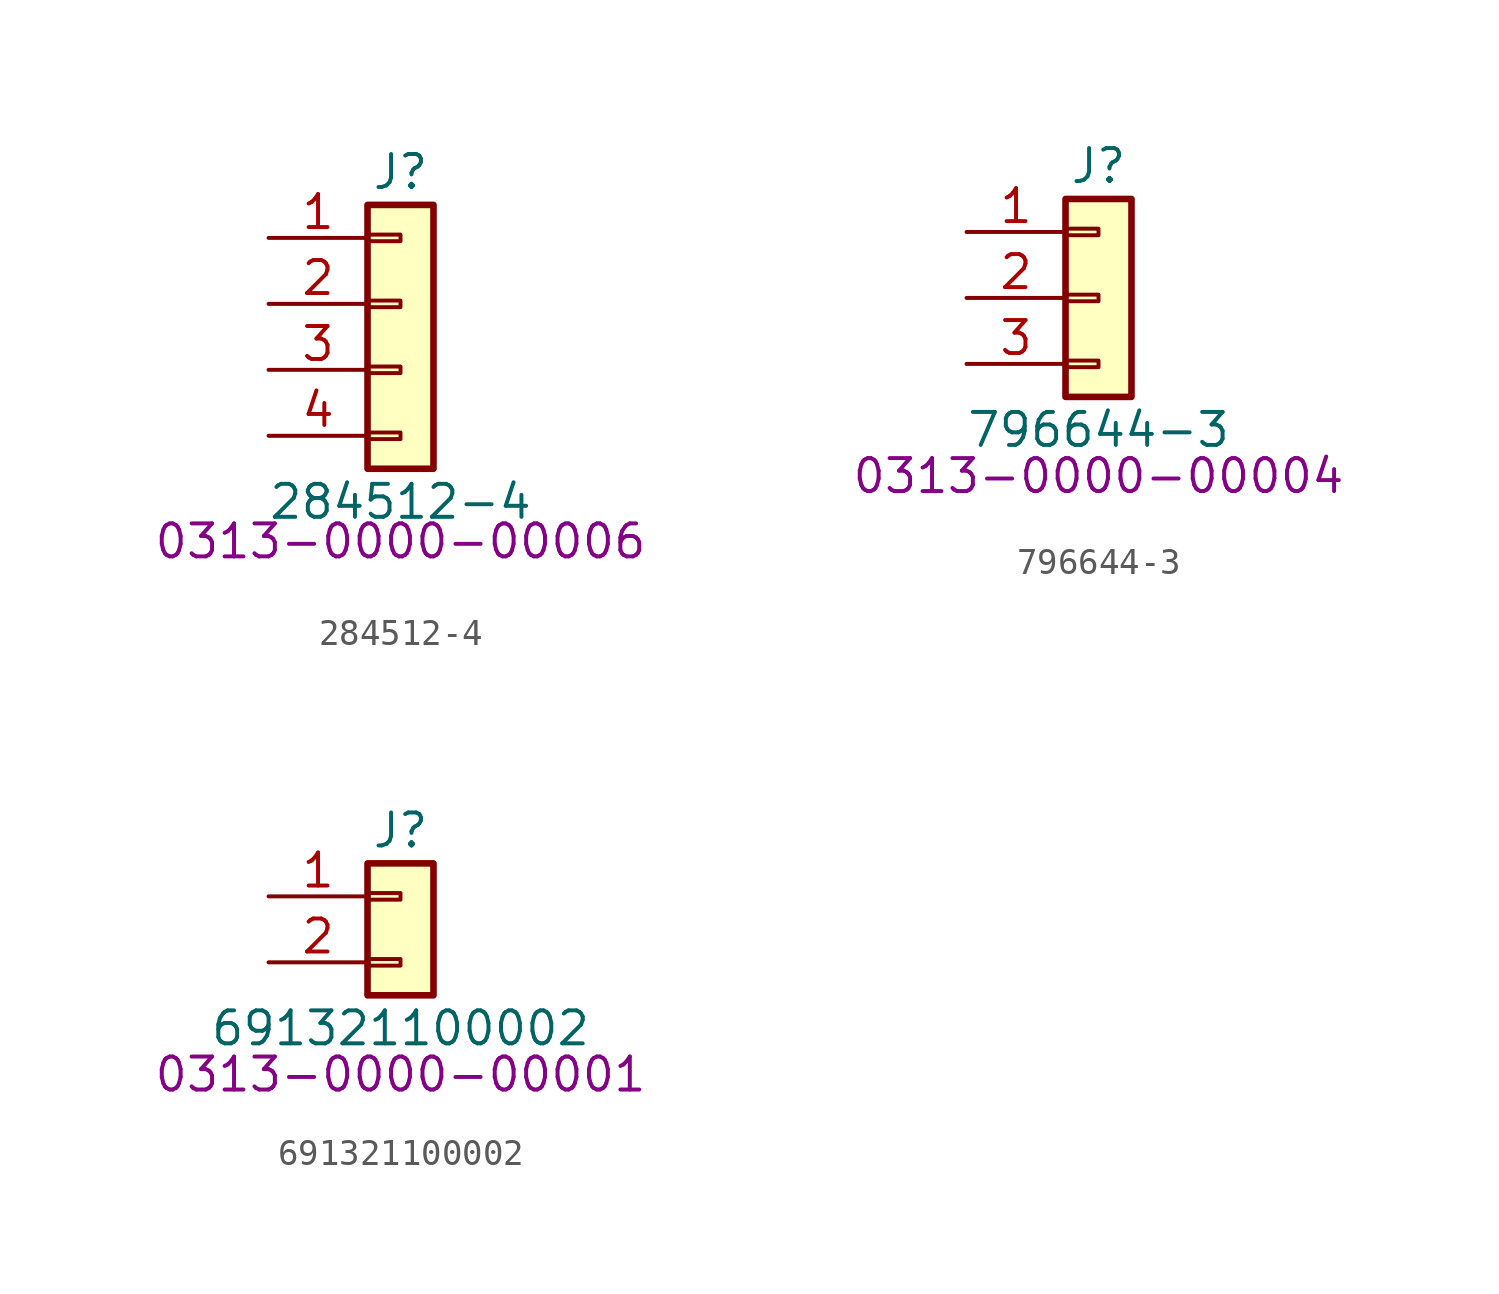
<source format=kicad_sym>
(kicad_symbol_lib
  (version 20231120)
  (generator "kicad_symbol_editor")
  (generator_version "8.0")
  (symbol "284512-4"
    (pin_names
      (offset 1.016) hide)
    (property "Reference" "J"
      (at 0 5.08 0)
      (effects (font (size 1.27 1.27))))
    (property "Value" "284512-4"
      (at 0 -7.62 0)
      (effects (font (size 1.27 1.27))))
    (property "PartNumber" "0313-0000-00006"
      (at 0 -9.144 0)
      (effects (font (size 1.27 1.27))))
    (symbol "284512-4_1_1"
      (rectangle (start -1.27 -4.953) (end 0 -5.207) (stroke (width 0.152) (type default)) (fill (type none)))
      (rectangle (start -1.27 -2.413) (end 0 -2.667) (stroke (width 0.152) (type default)) (fill (type none)))
      (rectangle (start -1.27 0.127) (end 0 -0.127) (stroke (width 0.152) (type default)) (fill (type none)))
      (rectangle (start -1.27 2.667) (end 0 2.413) (stroke (width 0.152) (type default)) (fill (type none)))
      (rectangle (start -1.27 3.81) (end 1.27 -6.35) (stroke (width 0.254) (type default)) (fill (type background)))
      (pin passive line (at -5.08 2.54 0) (length 3.81) (name "Pin_1" (effects (font (size 1.27 1.27)))) (number "1" (effects (font (size 1.27 1.27)))))
      (pin passive line (at -5.08 0 0) (length 3.81) (name "Pin_2" (effects (font (size 1.27 1.27)))) (number "2" (effects (font (size 1.27 1.27)))))
      (pin passive line (at -5.08 -2.54 0) (length 3.81) (name "Pin_3" (effects (font (size 1.27 1.27)))) (number "3" (effects (font (size 1.27 1.27)))))
      (pin passive line (at -5.08 -5.08 0) (length 3.81) (name "Pin_4" (effects (font (size 1.27 1.27)))) (number "4" (effects (font (size 1.27 1.27)))))))
  (symbol "796644-3"
    (pin_names
      (offset 1.016) hide)
    (property "Reference" "J"
      (at 0 5.08 0)
      (effects (font (size 1.27 1.27))))
    (property "Value" "796644-3"
      (at 0 -5.08 0)
      (effects (font (size 1.27 1.27))))
    (property "PartNumber" "0313-0000-00004"
      (at 0 -6.858 0)
      (effects (font (size 1.27 1.27))))
    (symbol "796644-3_1_1"
      (rectangle (start -1.27 -2.413) (end 0 -2.667) (stroke (width 0.152) (type default)) (fill (type none)))
      (rectangle (start -1.27 0.127) (end 0 -0.127) (stroke (width 0.152) (type default)) (fill (type none)))
      (rectangle (start -1.27 2.667) (end 0 2.413) (stroke (width 0.152) (type default)) (fill (type none)))
      (rectangle (start -1.27 3.81) (end 1.27 -3.81) (stroke (width 0.254) (type default)) (fill (type background)))
      (pin passive line (at -5.08 2.54 0) (length 3.81) (name "Pin_1" (effects (font (size 1.27 1.27)))) (number "1" (effects (font (size 1.27 1.27)))))
      (pin passive line (at -5.08 0 0) (length 3.81) (name "Pin_2" (effects (font (size 1.27 1.27)))) (number "2" (effects (font (size 1.27 1.27)))))
      (pin passive line (at -5.08 -2.54 0) (length 3.81) (name "Pin_3" (effects (font (size 1.27 1.27)))) (number "3" (effects (font (size 1.27 1.27)))))))
  (symbol "691321100002"
    (pin_names
      (offset 1.016) hide)
    (property "Reference" "J"
      (at 0 2.54 0)
      (effects (font (size 1.27 1.27))))
    (property "Value" "691321100002"
      (at 0 -5.08 0)
      (effects (font (size 1.27 1.27))))
    (property "PartNumber" "0313-0000-00001"
      (at 0 -6.858 0)
      (effects (font (size 1.27 1.27))))
    (symbol "691321100002_1_1"
      (rectangle (start -1.27 -2.413) (end 0 -2.667) (stroke (width 0.152) (type default)) (fill (type none)))
      (rectangle (start -1.27 0.127) (end 0 -0.127) (stroke (width 0.152) (type default)) (fill (type none)))
      (rectangle (start -1.27 1.27) (end 1.27 -3.81) (stroke (width 0.254) (type default)) (fill (type background)))
      (pin passive line (at -5.08 0 0) (length 3.81) (name "" (effects (font (size 1.27 1.27)))) (number "1" (effects (font (size 1.27 1.27)))))
      (pin passive line (at -5.08 -2.54 0) (length 3.81) (name "" (effects (font (size 1.27 1.27)))) (number "2" (effects (font (size 1.27 1.27))))))))
</source>
